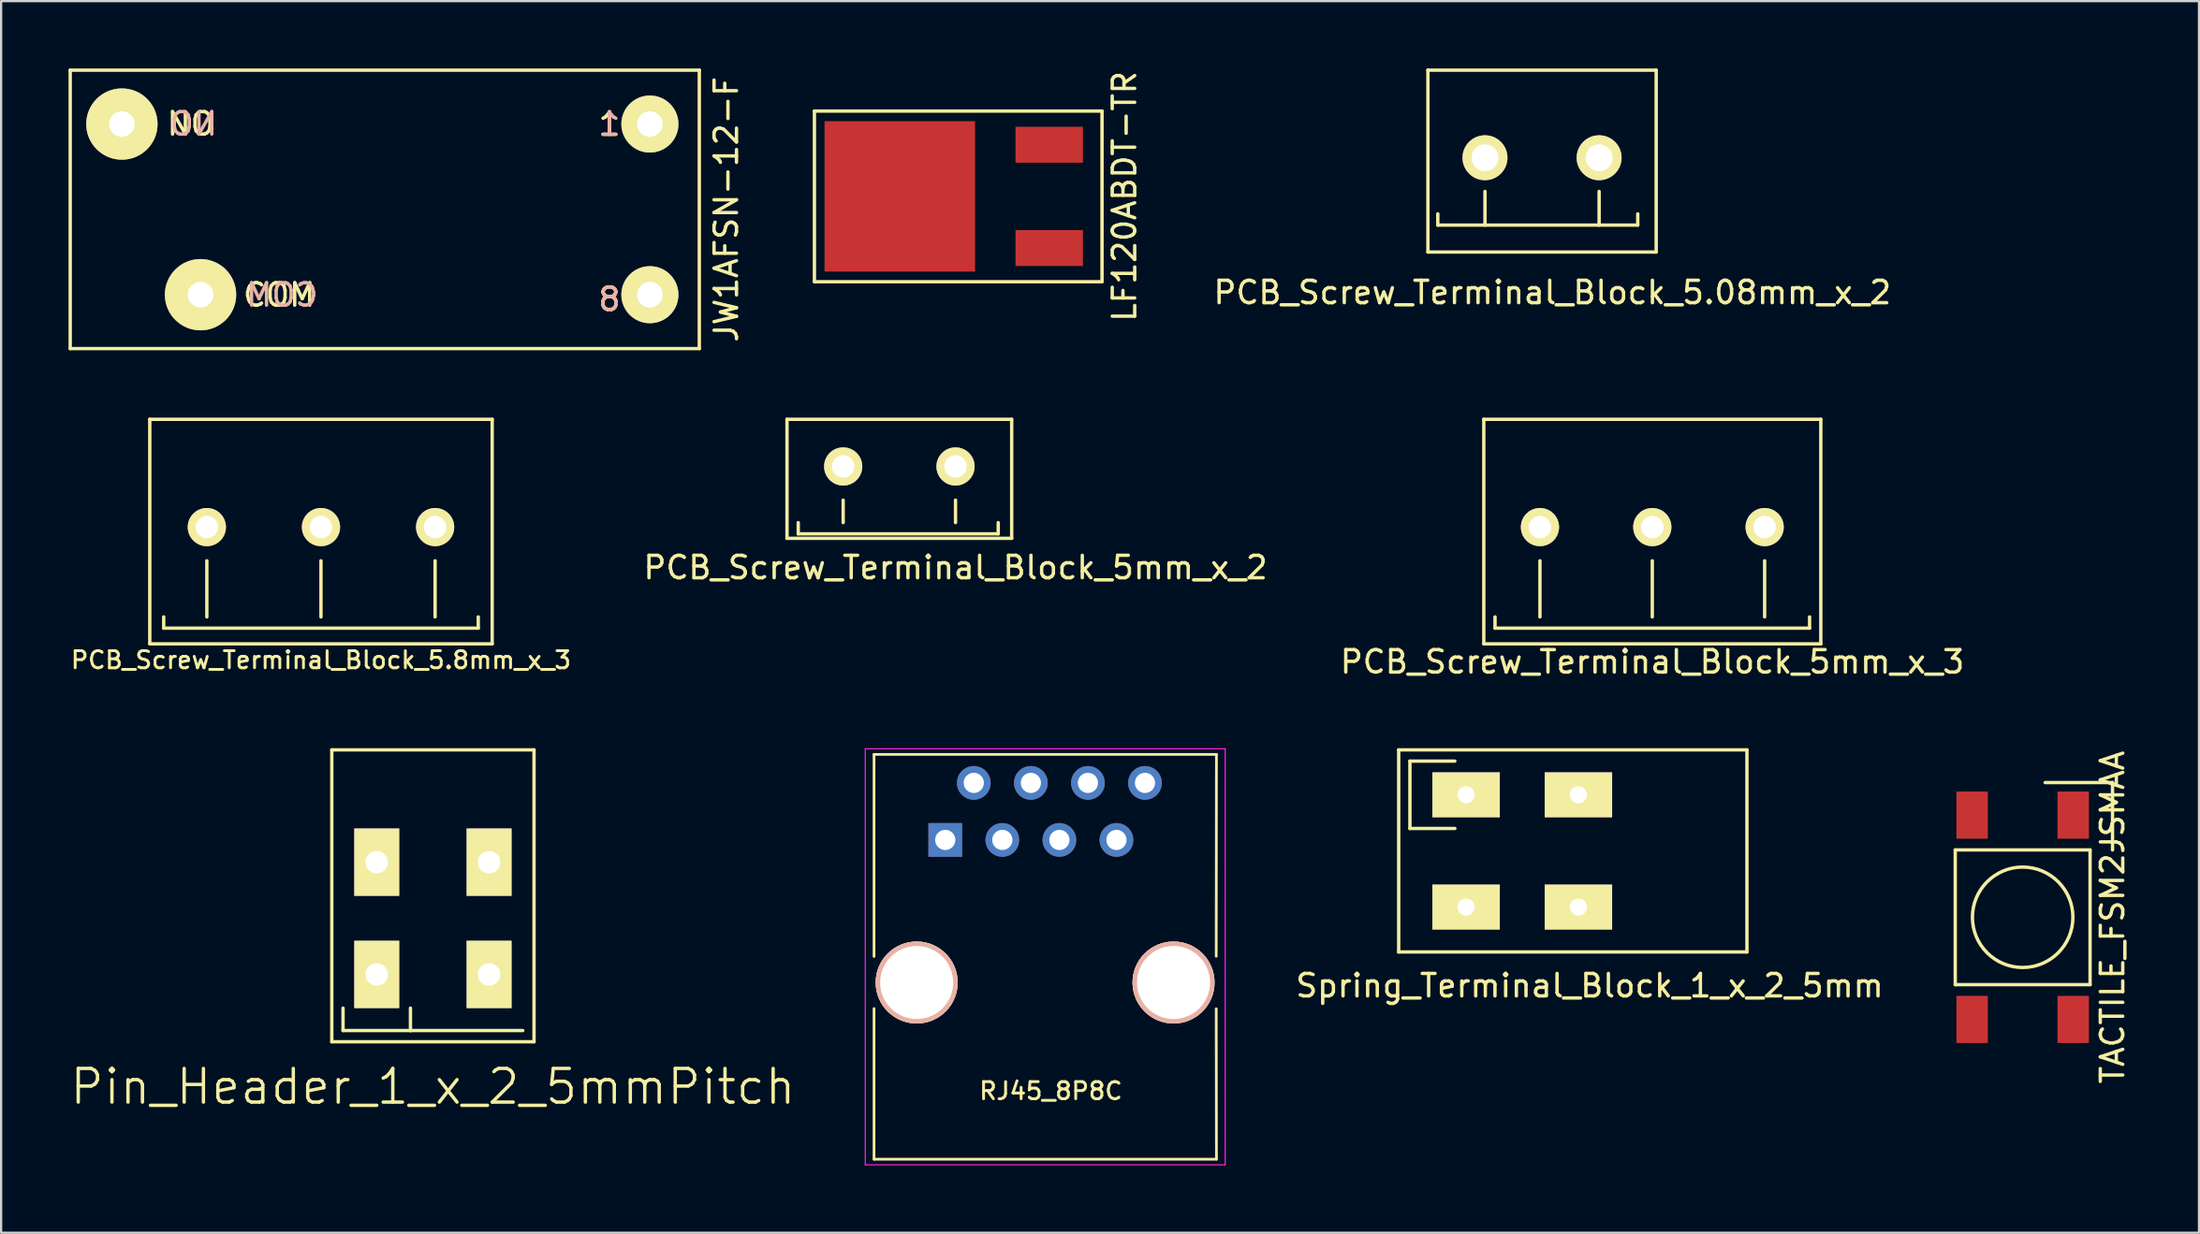
<source format=kicad_pcb>
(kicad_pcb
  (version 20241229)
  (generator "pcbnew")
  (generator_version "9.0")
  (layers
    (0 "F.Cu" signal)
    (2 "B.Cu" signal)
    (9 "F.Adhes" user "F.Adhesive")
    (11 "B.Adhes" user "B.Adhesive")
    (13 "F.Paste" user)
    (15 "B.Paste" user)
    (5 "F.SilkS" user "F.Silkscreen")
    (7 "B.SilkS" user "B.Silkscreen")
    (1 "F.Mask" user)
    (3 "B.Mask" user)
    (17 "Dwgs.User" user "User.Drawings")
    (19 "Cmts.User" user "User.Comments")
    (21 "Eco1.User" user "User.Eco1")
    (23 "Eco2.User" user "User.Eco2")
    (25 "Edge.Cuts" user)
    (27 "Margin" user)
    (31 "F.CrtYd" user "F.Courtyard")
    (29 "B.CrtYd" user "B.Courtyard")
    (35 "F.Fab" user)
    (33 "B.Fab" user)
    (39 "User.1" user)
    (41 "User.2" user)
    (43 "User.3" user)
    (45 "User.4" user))
  (footprint "PCB_Screw_Terminal_Block_5mm_x_3"
    (layer "F.Cu")
    (at 70.49 20.425)
    (property "Reference" "PCB_Screw_Terminal_Block_5mm_x_3" (at 0 6 0) (layer "F.SilkS") (effects (font (size 1 1) (thickness 0.15))))
    (attr through_hole)
    (fp_line (start -7.5 -4.8) (end 7.5 -4.8) (stroke (width 0.15) (type solid)) (layer "F.SilkS"))
    (fp_line (start -7.5 5.2) (end -7.5 -4.8) (stroke (width 0.15) (type solid)) (layer "F.SilkS"))
    (fp_line (start -7 4) (end -7 4.5) (stroke (width 0.15) (type solid)) (layer "F.SilkS"))
    (fp_line (start -7 4.5) (end 7 4.5) (stroke (width 0.15) (type solid)) (layer "F.SilkS"))
    (fp_line (start -5 1.5) (end -5 4) (stroke (width 0.15) (type solid)) (layer "F.SilkS"))
    (fp_line (start 0 1.5) (end 0 4) (stroke (width 0.15) (type solid)) (layer "F.SilkS"))
    (fp_line (start 5 1.5) (end 5 4) (stroke (width 0.15) (type solid)) (layer "F.SilkS"))
    (fp_line (start 7 4.5) (end 7 4) (stroke (width 0.15) (type solid)) (layer "F.SilkS"))
    (fp_line (start 7.5 -4.8) (end 7.5 5.2) (stroke (width 0.15) (type solid)) (layer "F.SilkS"))
    (fp_line (start 7.5 5.2) (end -7.5 5.2) (stroke (width 0.15) (type solid)) (layer "F.SilkS"))
    (pad "1" thru_hole circle (at -5 0) (size 1.7 1.7) (drill 1) (layers "*.Cu" "*.Mask" "F.SilkS"))
    (pad "2" thru_hole circle (at 0 0) (size 1.7 1.7) (drill 1) (layers "*.Cu" "*.Mask" "F.SilkS"))
    (pad "3" thru_hole circle (at 5 0) (size 1.7 1.7) (drill 1) (layers "*.Cu" "*.Mask" "F.SilkS")))
  (footprint "PCB_Screw_Terminal_Block_5.8mm_x_3"
    (layer "F.Cu")
    (at 11.236 20.425)
    (property "Reference" "PCB_Screw_Terminal_Block_5.8mm_x_3" (at 0 5.92 0) (layer "F.SilkS") (effects (font (size 0.762 0.762) (thickness 0.127))))
    (attr through_hole)
    (fp_line (start -7.62 -4.8) (end 7.62 -4.8) (stroke (width 0.15) (type solid)) (layer "F.SilkS"))
    (fp_line (start -7.62 5.2) (end -7.62 -4.8) (stroke (width 0.15) (type solid)) (layer "F.SilkS"))
    (fp_line (start -7 4) (end -7 4.5) (stroke (width 0.15) (type solid)) (layer "F.SilkS"))
    (fp_line (start -7 4.5) (end 7 4.5) (stroke (width 0.15) (type solid)) (layer "F.SilkS"))
    (fp_line (start -5.08 1.5) (end -5.08 4) (stroke (width 0.15) (type solid)) (layer "F.SilkS"))
    (fp_line (start 0 1.5) (end 0 4) (stroke (width 0.15) (type solid)) (layer "F.SilkS"))
    (fp_line (start 5.08 1.5) (end 5.08 4) (stroke (width 0.15) (type solid)) (layer "F.SilkS"))
    (fp_line (start 7 4.5) (end 7 4) (stroke (width 0.15) (type solid)) (layer "F.SilkS"))
    (fp_line (start 7.62 -4.8) (end 7.62 5.2) (stroke (width 0.15) (type solid)) (layer "F.SilkS"))
    (fp_line (start 7.62 5.2) (end -7.62 5.2) (stroke (width 0.15) (type solid)) (layer "F.SilkS"))
    (pad "1" thru_hole circle (at -5.08 0) (size 1.7 1.7) (drill 1) (layers "*.Cu" "*.Mask" "F.SilkS"))
    (pad "2" thru_hole circle (at 0 0) (size 1.7 1.7) (drill 1) (layers "*.Cu" "*.Mask" "F.SilkS"))
    (pad "3" thru_hole circle (at 5.08 0) (size 1.7 1.7) (drill 1) (layers "*.Cu" "*.Mask" "F.SilkS")))
  (footprint "TACTILE_FSM2JSMAA"
    (layer "F.Cu")
    (at 86.974 37.803)
    (property "Reference" "TACTILE_FSM2JSMAA" (at 4 0 90) (layer "F.SilkS") (effects (font (size 1 1) (thickness 0.15))))
    (attr through_hole)
    (fp_line (start -3 -3) (end 3 -3) (stroke (width 0.15) (type solid)) (layer "F.SilkS"))
    (fp_line (start -3 3) (end -3 -3) (stroke (width 0.15) (type solid)) (layer "F.SilkS"))
    (fp_line (start 3 -3) (end 3 3) (stroke (width 0.15) (type solid)) (layer "F.SilkS"))
    (fp_line (start 3 3) (end -3 3) (stroke (width 0.15) (type solid)) (layer "F.SilkS"))
    (fp_line (start 4 -6) (end 1 -6) (stroke (width 0.15) (type solid)) (layer "F.SilkS"))
    (fp_line (start 4 -3) (end 4 -6) (stroke (width 0.15) (type solid)) (layer "F.SilkS"))
    (fp_circle (center 0 0) (end 2 1) (stroke (width 0.15) (type solid)) (fill no) (layer "F.SilkS"))
    (pad "1" smd rect (at 2.25 -4.55) (size 1.4 2.1) (layers "F.Cu" "F.Mask" "F.Paste"))
    (pad "2" smd rect (at 2.25 4.55) (size 1.4 2.1) (layers "F.Cu" "F.Mask" "F.Paste"))
    (pad "3" smd rect (at -2.25 -4.55) (size 1.4 2.1) (layers "F.Cu" "F.Mask" "F.Paste"))
    (pad "4" smd rect (at -2.25 4.55) (size 1.4 2.1) (layers "F.Cu" "F.Mask" "F.Paste")))
  (footprint "LF120ABDT-TR"
    (layer "F.Cu")
    (at 36.998 5.696)
    (property "Reference" "LF120ABDT-TR" (at 10 0 90) (layer "F.SilkS") (effects (font (size 1 1) (thickness 0.15))))
    (attr through_hole)
    (fp_line (start -3.8 -3.8) (end 9 -3.8) (stroke (width 0.15) (type solid)) (layer "F.SilkS"))
    (fp_line (start -3.8 3.8) (end -3.8 -3.8) (stroke (width 0.15) (type solid)) (layer "F.SilkS"))
    (fp_line (start 9 -3.8) (end 9 3.8) (stroke (width 0.15) (type solid)) (layer "F.SilkS"))
    (fp_line (start 9 3.8) (end -3.8 3.8) (stroke (width 0.15) (type solid)) (layer "F.SilkS"))
    (pad "1" smd rect (at 6.65 2.3) (size 3 1.6) (layers "F.Cu" "F.Mask" "F.Paste"))
    (pad "2" smd rect (at 6.65 -2.3) (size 3 1.6) (layers "F.Cu" "F.Mask" "F.Paste"))
    (pad "3" smd rect (at 0 0) (size 6.7 6.7) (layers "F.Cu" "F.Mask" "F.Paste")))
  (footprint "Spring_Terminal_Block_1_x_2_5mm"
    (layer "F.Cu")
    (at 62.202 32.348)
    (property "Reference" "Spring_Terminal_Block_1_x_2_5mm" (at 5.5 8.5 0) (layer "F.SilkS") (effects (font (size 1 1) (thickness 0.15))))
    (attr through_hole)
    (fp_line (start -3 -2) (end -3 7) (stroke (width 0.15) (type solid)) (layer "F.SilkS"))
    (fp_line (start -3 -2) (end 12.5 -2) (stroke (width 0.15) (type solid)) (layer "F.SilkS"))
    (fp_line (start -2.5 -1.5) (end -2.5 1.5) (stroke (width 0.15) (type solid)) (layer "F.SilkS"))
    (fp_line (start -2.5 1.5) (end -0.5 1.5) (stroke (width 0.15) (type solid)) (layer "F.SilkS"))
    (fp_line (start -0.5 -1.5) (end -2.5 -1.5) (stroke (width 0.15) (type solid)) (layer "F.SilkS"))
    (fp_line (start 12.5 -2) (end 12.5 7) (stroke (width 0.15) (type solid)) (layer "F.SilkS"))
    (fp_line (start 12.5 7) (end -3 7) (stroke (width 0.15) (type solid)) (layer "F.SilkS"))
    (pad "1" thru_hole rect (at 0 0) (size 3 2) (drill 0.762) (layers "*.Cu" "*.Mask" "F.SilkS"))
    (pad "2" thru_hole rect (at 0 5) (size 3 2) (drill 0.762) (layers "*.Cu" "*.Mask" "F.SilkS"))
    (pad "3" thru_hole rect (at 5 5) (size 3 2) (drill 0.762) (layers "*.Cu" "*.Mask" "F.SilkS"))
    (pad "4" thru_hole rect (at 5 0) (size 3 2) (drill 0.762) (layers "*.Cu" "*.Mask" "F.SilkS")))
  (footprint "Pin_Header_1_x_2_5mmPitch"
    (layer "F.Cu")
    (at 16.218 35.348)
    (property "Reference" "Pin_Header_1_x_2_5mmPitch" (at 0 10 0) (layer "F.SilkS") (effects (font (size 1.5 1.5) (thickness 0.15))))
    (attr through_hole)
    (fp_line (start -4.5 -5) (end -4.5 8) (stroke (width 0.15) (type solid)) (layer "F.SilkS"))
    (fp_line (start -4.5 -5) (end 4.5 -5) (stroke (width 0.15) (type solid)) (layer "F.SilkS"))
    (fp_line (start -4.5 8) (end 4.5 8) (stroke (width 0.15) (type solid)) (layer "F.SilkS"))
    (fp_line (start -4 6.5) (end -4 7.5) (stroke (width 0.15) (type solid)) (layer "F.SilkS"))
    (fp_line (start -4 7.5) (end -1 7.5) (stroke (width 0.15) (type solid)) (layer "F.SilkS"))
    (fp_line (start -1 7.5) (end -1 6.5) (stroke (width 0.15) (type solid)) (layer "F.SilkS"))
    (fp_line (start -1 7.5) (end 4 7.5) (stroke (width 0.15) (type solid)) (layer "F.SilkS"))
    (fp_line (start 4.5 8) (end 4.5 -5) (stroke (width 0.15) (type solid)) (layer "F.SilkS"))
    (pad "1" thru_hole rect (at -2.5 5) (size 2 3) (drill 1) (layers "*.Cu" "*.Mask" "F.SilkS"))
    (pad "2" thru_hole rect (at 2.5 5) (size 2 3) (drill 1) (layers "*.Cu" "*.Mask" "F.SilkS"))
    (pad "3" thru_hole rect (at 2.5 0) (size 2 3) (drill 1) (layers "*.Cu" "*.Mask" "F.SilkS"))
    (pad "4" thru_hole rect (at -2.5 0) (size 2 3) (drill 1) (layers "*.Cu" "*.Mask" "F.SilkS")))
  (footprint "JW1AFSN-12-F"
    (layer "F.Cu")
    (at 14.075 6.275)
    (property "Reference" "JW1AFSN-12-F" (at 15.2 0 90) (layer "F.SilkS") (effects (font (size 1 1) (thickness 0.15))))
    (attr through_hole)
    (fp_line (start -14 -6.2) (end 14 -6.2) (stroke (width 0.15) (type solid)) (layer "F.SilkS"))
    (fp_line (start -14 6.2) (end -14 -6.2) (stroke (width 0.15) (type solid)) (layer "F.SilkS"))
    (fp_line (start 14 -6.2) (end 14 6.2) (stroke (width 0.15) (type solid)) (layer "F.SilkS"))
    (fp_line (start 14 6.2) (end -14 6.2) (stroke (width 0.15) (type solid)) (layer "F.SilkS"))
    (fp_text user "COM" (at -4.699 3.81 0) (layer "F.SilkS") (effects (font (size 1 1) (thickness 0.15))))
    (fp_text user "1" (at 10 -3.8 0) (layer "F.SilkS") (effects (font (size 1 1) (thickness 0.15))))
    (fp_text user "NO" (at -8.636 -3.81 0) (layer "F.SilkS") (effects (font (size 1 1) (thickness 0.15))))
    (fp_text user "8" (at 10 4 0) (layer "F.SilkS") (effects (font (size 1 1) (thickness 0.15))))
    (fp_text user "COM" (at -4.572 3.81 0) (layer "B.SilkS") (effects (font (size 1 1) (thickness 0.15)) (justify mirror)))
    (fp_text user "NO" (at -8.509 -3.81 0) (layer "B.SilkS") (effects (font (size 1 1) (thickness 0.15)) (justify mirror)))
    (fp_text user "1" (at 10 -3.8 0) (layer "B.SilkS") (effects (font (size 1 1) (thickness 0.15)) (justify mirror)))
    (fp_text user "8" (at 10 4 0) (layer "B.SilkS") (effects (font (size 1 1) (thickness 0.15)) (justify mirror)))
    (pad "1" thru_hole circle (at 11.8 -3.8) (size 2.54 2.54) (drill 1.143) (layers "*.Cu" "*.Mask" "F.SilkS"))
    (pad "4" thru_hole circle (at -11.7 -3.8) (size 3.175 3.175) (drill 1.143) (layers "*.Cu" "*.Mask" "F.SilkS"))
    (pad "6" thru_hole circle (at -8.2 3.8) (size 3.175 3.175) (drill 1.143) (layers "*.Cu" "*.Mask" "F.SilkS"))
    (pad "8" thru_hole circle (at 11.8 3.8) (size 2.54 2.54) (drill 1.143) (layers "*.Cu" "*.Mask" "F.SilkS")))
  (footprint "RJ45_8P8C"
    (layer "F.Cu")
    (at 47.911 31.818)
    (property "Reference" "RJ45_8P8C" (at -4.19 13.72 0) (layer "F.SilkS") (effects (font (size 0.762 0.762) (thickness 0.127))))
    (attr through_hole)
    (fp_line (start -12.06 -1.27) (end -12.06 7.73) (stroke (width 0.12) (type solid)) (layer "F.SilkS"))
    (fp_line (start -12.06 10.05) (end -12.06 16.76) (stroke (width 0.12) (type solid)) (layer "F.SilkS"))
    (fp_line (start -12.06 16.76) (end 3.18 16.76) (stroke (width 0.12) (type solid)) (layer "F.SilkS"))
    (fp_line (start 3.17 10.06) (end 3.18 16.76) (stroke (width 0.12) (type solid)) (layer "F.SilkS"))
    (fp_line (start 3.18 -1.27) (end -12.06 -1.27) (stroke (width 0.12) (type solid)) (layer "F.SilkS"))
    (fp_line (start 3.18 -1.27) (end 3.17 7.72) (stroke (width 0.12) (type solid)) (layer "F.SilkS"))
    (fp_line (start -12.45 -1.52) (end -12.45 17.01) (stroke (width 0.05) (type solid)) (layer "F.CrtYd"))
    (fp_line (start -12.45 -1.52) (end 3.57 -1.52) (stroke (width 0.05) (type solid)) (layer "F.CrtYd"))
    (fp_line (start 3.57 17.01) (end -12.45 17.01) (stroke (width 0.05) (type solid)) (layer "F.CrtYd"))
    (fp_line (start 3.57 17.01) (end 3.57 -1.52) (stroke (width 0.05) (type solid)) (layer "F.CrtYd"))
    (pad "" np_thru_hole circle (at -10.162 8.89) (size 3.65 3.65) (drill 3.25) (layers "*.Cu" "*.SilkS" "*.Mask"))
    (pad "" np_thru_hole circle (at 1.27 8.89) (size 3.65 3.65) (drill 3.25) (layers "*.Cu" "*.SilkS" "*.Mask"))
    (pad "1" thru_hole rect (at -8.89 2.54) (size 1.5 1.5) (drill 0.9) (layers "*.Cu" "*.Mask"))
    (pad "2" thru_hole circle (at -7.62 0) (size 1.5 1.5) (drill 0.9) (layers "*.Cu" "*.Mask"))
    (pad "3" thru_hole circle (at -6.35 2.54) (size 1.5 1.5) (drill 0.9) (layers "*.Cu" "*.Mask"))
    (pad "4" thru_hole circle (at -5.08 0) (size 1.5 1.5) (drill 0.9) (layers "*.Cu" "*.Mask"))
    (pad "5" thru_hole circle (at -3.81 2.54) (size 1.5 1.5) (drill 0.9) (layers "*.Cu" "*.Mask"))
    (pad "6" thru_hole circle (at -2.54 0) (size 1.5 1.5) (drill 0.9) (layers "*.Cu" "*.Mask"))
    (pad "7" thru_hole circle (at -1.27 2.54) (size 1.5 1.5) (drill 0.9) (layers "*.Cu" "*.Mask"))
    (pad "8" thru_hole circle (at 0 0) (size 1.5 1.5) (drill 0.9) (layers "*.Cu" "*.Mask")))
  (footprint "PCB_Screw_Terminal_Block_5.08mm_x_2"
    (layer "F.Cu")
    (at 63.043 3.975)
    (property "Reference" "PCB_Screw_Terminal_Block_5.08mm_x_2" (at 3 6 0) (layer "F.SilkS") (effects (font (size 1 1) (thickness 0.15))))
    (attr through_hole)
    (fp_line (start -2.54 -3.9) (end 7.62 -3.9) (stroke (width 0.15) (type solid)) (layer "F.SilkS"))
    (fp_line (start -2.54 4.2) (end -2.54 -3.9) (stroke (width 0.15) (type solid)) (layer "F.SilkS"))
    (fp_line (start -2.1 2.5) (end -2.1 3) (stroke (width 0.15) (type solid)) (layer "F.SilkS"))
    (fp_line (start -2.1 3) (end 6.8 3) (stroke (width 0.15) (type solid)) (layer "F.SilkS"))
    (fp_line (start 0 1.5) (end 0 3) (stroke (width 0.15) (type solid)) (layer "F.SilkS"))
    (fp_line (start 5.08 1.5) (end 5.08 3) (stroke (width 0.15) (type solid)) (layer "F.SilkS"))
    (fp_line (start 6.8 3) (end 6.8 2.5) (stroke (width 0.15) (type solid)) (layer "F.SilkS"))
    (fp_line (start 7.62 -3.9) (end 7.62 4.2) (stroke (width 0.15) (type solid)) (layer "F.SilkS"))
    (fp_line (start 7.62 4.2) (end -2.54 4.2) (stroke (width 0.15) (type solid)) (layer "F.SilkS"))
    (pad "1" thru_hole circle (at 0 0) (size 2 2) (drill 1.2) (layers "*.Cu" "*.Mask" "F.SilkS"))
    (pad "2" thru_hole circle (at 5.08 0) (size 2 2) (drill 1.2) (layers "*.Cu" "*.Mask" "F.SilkS")))
  (footprint "PCB_Screw_Terminal_Block_5mm_x_2"
    (layer "F.Cu")
    (at 34.478 17.725)
    (property "Reference" "PCB_Screw_Terminal_Block_5mm_x_2" (at 5 4.5 0) (layer "F.SilkS") (effects (font (size 1 1) (thickness 0.15))))
    (attr through_hole)
    (fp_line (start -2.5 -2.1) (end 7.5 -2.1) (stroke (width 0.15) (type solid)) (layer "F.SilkS"))
    (fp_line (start -2.5 3.2) (end -2.5 -2.1) (stroke (width 0.15) (type solid)) (layer "F.SilkS"))
    (fp_line (start -2 2.5) (end -2 3) (stroke (width 0.15) (type solid)) (layer "F.SilkS"))
    (fp_line (start -2 3) (end 6.9 3) (stroke (width 0.15) (type solid)) (layer "F.SilkS"))
    (fp_line (start 0 1.5) (end 0 2.5) (stroke (width 0.15) (type solid)) (layer "F.SilkS"))
    (fp_line (start 5 1.5) (end 5 2.5) (stroke (width 0.15) (type solid)) (layer "F.SilkS"))
    (fp_line (start 6.9 3) (end 6.9 2.5) (stroke (width 0.15) (type solid)) (layer "F.SilkS"))
    (fp_line (start 7.5 -2.1) (end 7.5 3.2) (stroke (width 0.15) (type solid)) (layer "F.SilkS"))
    (fp_line (start 7.5 3.2) (end -2.5 3.2) (stroke (width 0.15) (type solid)) (layer "F.SilkS"))
    (pad "1" thru_hole circle (at 0 0) (size 1.7 1.7) (drill 1) (layers "*.Cu" "*.Mask" "F.SilkS"))
    (pad "2" thru_hole circle (at 5 0) (size 1.7 1.7) (drill 1) (layers "*.Cu" "*.Mask" "F.SilkS")))
  (gr_rect
    (start -3 -3)
    (end 94.822 51.853)
    (stroke (width 0.1) (type default))
    (fill no)
    (layer "Edge.Cuts")))
</source>
